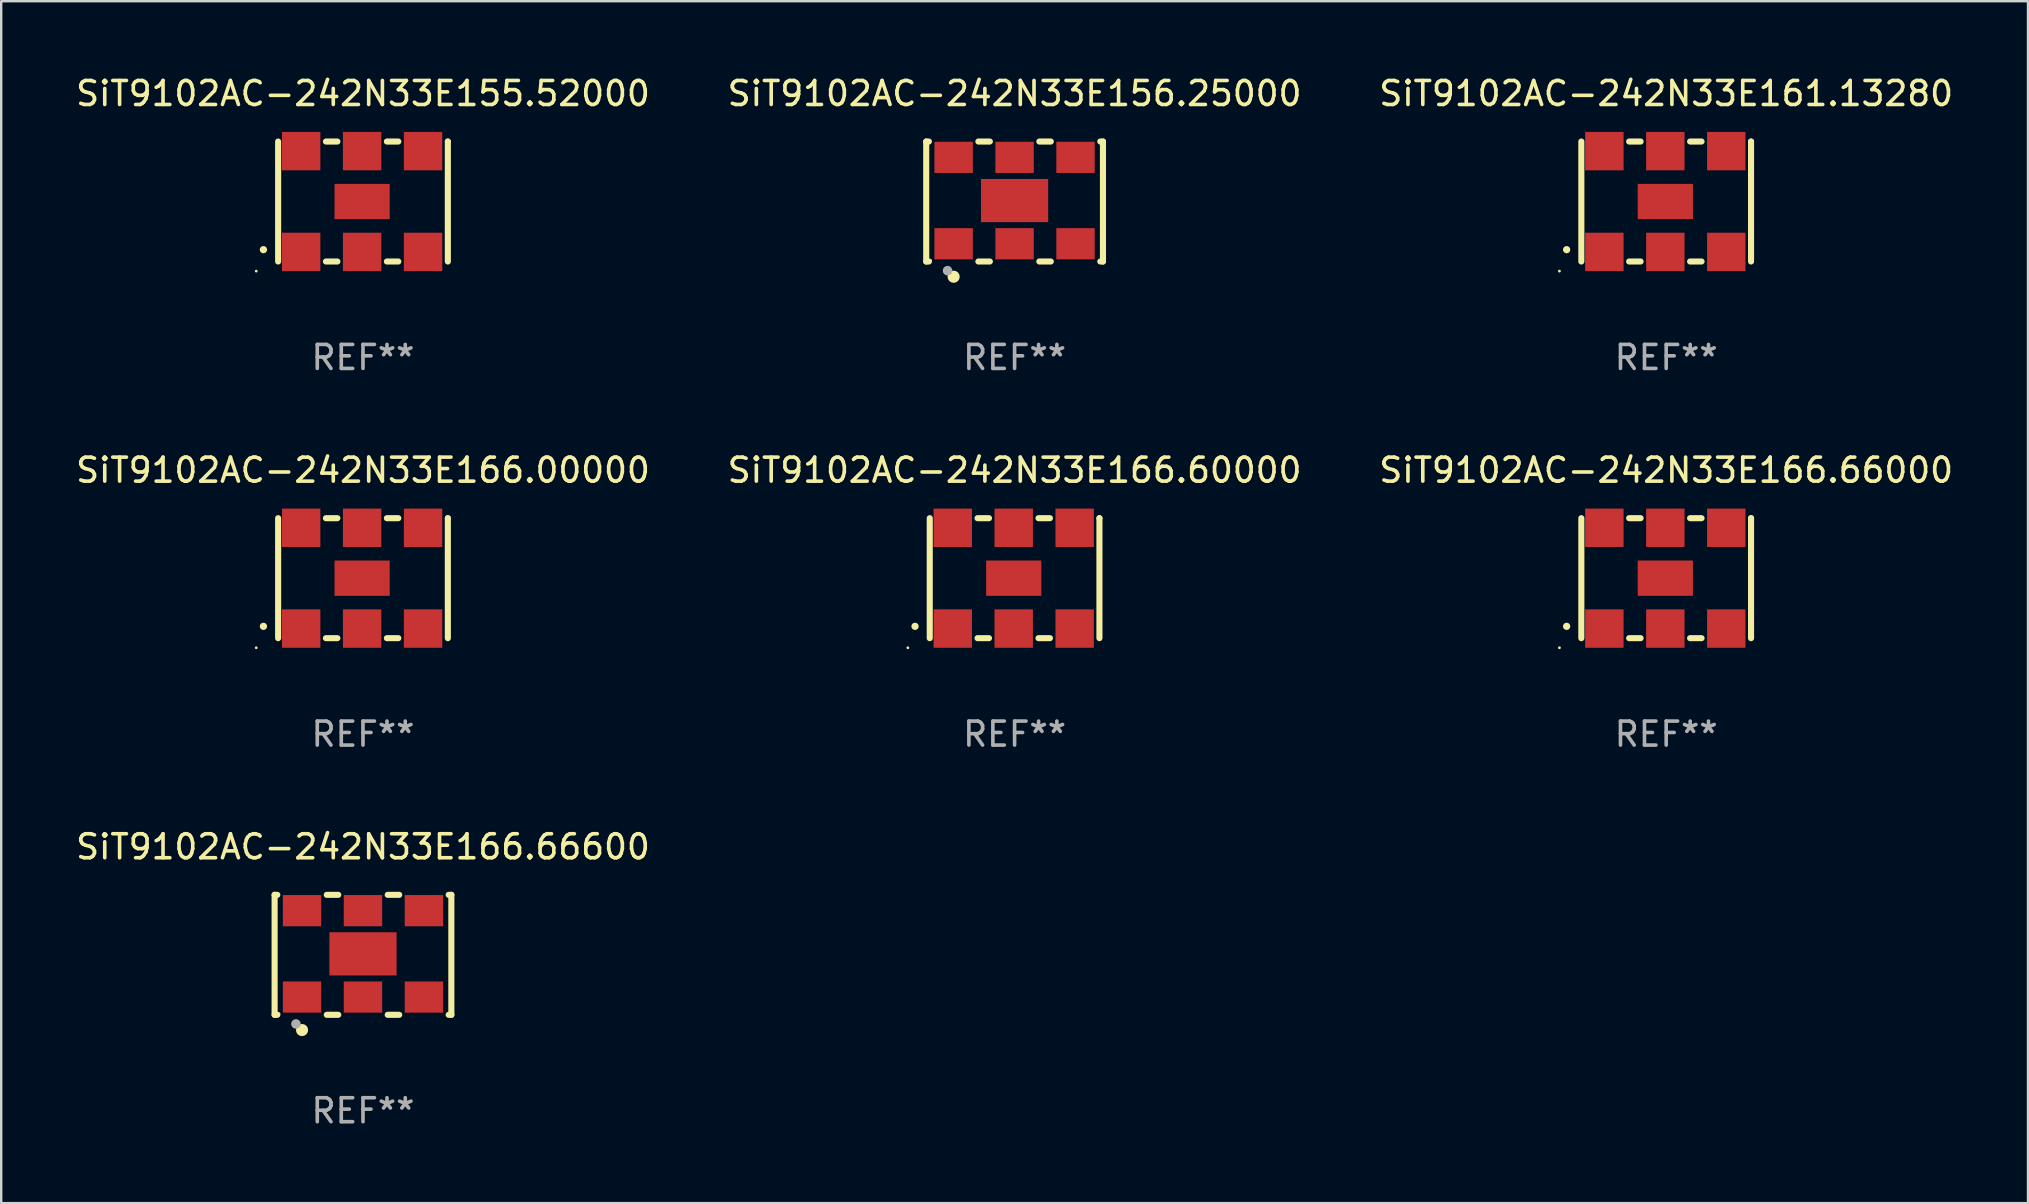
<source format=kicad_pcb>
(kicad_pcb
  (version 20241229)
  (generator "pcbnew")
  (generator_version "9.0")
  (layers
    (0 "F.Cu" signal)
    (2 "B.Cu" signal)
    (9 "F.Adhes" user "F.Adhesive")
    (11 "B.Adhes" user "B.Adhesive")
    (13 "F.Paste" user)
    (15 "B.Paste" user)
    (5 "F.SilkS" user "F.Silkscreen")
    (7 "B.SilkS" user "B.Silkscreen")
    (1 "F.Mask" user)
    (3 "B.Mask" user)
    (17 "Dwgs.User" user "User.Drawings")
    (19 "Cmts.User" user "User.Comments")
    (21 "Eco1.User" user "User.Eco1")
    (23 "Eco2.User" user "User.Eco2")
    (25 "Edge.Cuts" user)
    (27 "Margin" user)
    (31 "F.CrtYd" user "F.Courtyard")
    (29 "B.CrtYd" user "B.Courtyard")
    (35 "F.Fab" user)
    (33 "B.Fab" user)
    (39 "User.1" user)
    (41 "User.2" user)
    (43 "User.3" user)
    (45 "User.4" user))
  (footprint "SiT9102AC-242N33E156.25000"
    (layer "F.Cu")
    (at 39.232 5.348)
    (property "Reference" "SiT9102AC-242N33E156.25000" (at 0 -4.5 0) (layer "F.SilkS") (effects (font (size 1 1) (thickness 0.15))))
    (attr through_hole)
    (fp_line (start -3.683 -2.5) (end -3.571 -2.5) (stroke (width 0.254) (type solid)) (layer "F.SilkS"))
    (fp_line (start -3.683 2.5) (end -3.683 -2.5) (stroke (width 0.254) (type solid)) (layer "F.SilkS"))
    (fp_line (start -3.683 2.5) (end -3.571 2.5) (stroke (width 0.254) (type solid)) (layer "F.SilkS"))
    (fp_line (start -1.509 -2.5) (end -1.031 -2.5) (stroke (width 0.254) (type solid)) (layer "F.SilkS"))
    (fp_line (start -1.509 2.5) (end -1.031 2.5) (stroke (width 0.254) (type solid)) (layer "F.SilkS"))
    (fp_line (start 1.031 -2.5) (end 1.509 -2.5) (stroke (width 0.254) (type solid)) (layer "F.SilkS"))
    (fp_line (start 1.031 2.5) (end 1.509 2.5) (stroke (width 0.254) (type solid)) (layer "F.SilkS"))
    (fp_line (start 3.571 -2.5) (end 3.683 -2.5) (stroke (width 0.254) (type solid)) (layer "F.SilkS"))
    (fp_line (start 3.571 2.5) (end 3.683 2.5) (stroke (width 0.254) (type solid)) (layer "F.SilkS"))
    (fp_line (start 3.683 2.5) (end 3.683 -2.5) (stroke (width 0.254) (type solid)) (layer "F.SilkS"))
    (fp_circle (center -3.5 2.46) (end -3.47 2.46) (stroke (width 0.06) (type solid)) (fill no) (layer "F.SilkS"))
    (fp_circle (center -2.54 3.135) (end -2.413 3.135) (stroke (width 0.254) (type solid)) (fill no) (layer "F.SilkS"))
    (fp_circle (center -2.794 2.881) (end -2.694 2.881) (stroke (width 0.2) (type solid)) (fill no) (layer "F.Fab"))
    (fp_text user "REF**" (at 0 6.5 0) (layer "F.Fab") (effects (font (size 1 1) (thickness 0.15))))
    (pad "1" smd rect (at -2.54 1.76) (size 1.6 1.3) (layers "F.Cu" "F.Mask" "F.Paste"))
    (pad "2" smd rect (at 0 1.76) (size 1.6 1.3) (layers "F.Cu" "F.Mask" "F.Paste"))
    (pad "3" smd rect (at 2.54 1.76) (size 1.6 1.3) (layers "F.Cu" "F.Mask" "F.Paste"))
    (pad "4" smd rect (at 2.54 -1.84) (size 1.6 1.3) (layers "F.Cu" "F.Mask" "F.Paste"))
    (pad "5" smd rect (at 0 -1.84) (size 1.6 1.3) (layers "F.Cu" "F.Mask" "F.Paste"))
    (pad "6" smd rect (at -2.54 -1.84) (size 1.6 1.3) (layers "F.Cu" "F.Mask" "F.Paste"))
    (pad "7" smd rect (at 0 -0.04) (size 2.8 1.8) (layers "F.Cu" "F.Mask" "F.Paste")))
  (footprint "SiT9102AC-242N33E166.00000"
    (layer "F.Cu")
    (at 12.077 21.045)
    (property "Reference" "SiT9102AC-242N33E166.00000" (at 0 -4.5 0) (layer "F.SilkS") (effects (font (size 1 1) (thickness 0.15))))
    (attr through_hole)
    (fp_line (start -3.536 -2.5) (end -3.536 2.5) (stroke (width 0.254) (type solid)) (layer "F.SilkS"))
    (fp_line (start -1.544 2.5) (end -1.067 2.5) (stroke (width 0.254) (type solid)) (layer "F.SilkS"))
    (fp_line (start -1.067 -2.5) (end -1.544 -2.5) (stroke (width 0.254) (type solid)) (layer "F.SilkS"))
    (fp_line (start 0.996 2.5) (end 1.473 2.5) (stroke (width 0.254) (type solid)) (layer "F.SilkS"))
    (fp_line (start 1.473 -2.5) (end 0.996 -2.5) (stroke (width 0.254) (type solid)) (layer "F.SilkS"))
    (fp_line (start 3.536 -2.5) (end 3.536 -2.5) (stroke (width 0.254) (type solid)) (layer "F.SilkS"))
    (fp_line (start 3.536 2.5) (end 3.536 -2.5) (stroke (width 0.254) (type solid)) (layer "F.SilkS"))
    (fp_arc (start -4.150432 2.006604) (mid -4.149162 2.006599) (end -4.147892 2.006604) (stroke (width 0.3) (type solid)) (layer "F.SilkS"))
    (fp_circle (center -4.449 2.9) (end -4.419 2.9) (stroke (width 0.06) (type solid)) (fill no) (layer "F.SilkS"))
    (fp_text user "REF**" (at 0 6.5 0) (layer "F.Fab") (effects (font (size 1 1) (thickness 0.15))))
    (pad "1" smd rect (at -2.576 2.1) (size 1.6 1.6) (layers "F.Cu" "F.Mask" "F.Paste"))
    (pad "2" smd rect (at -0.036 2.1) (size 1.6 1.6) (layers "F.Cu" "F.Mask" "F.Paste"))
    (pad "3" smd rect (at 2.504 2.1) (size 1.6 1.6) (layers "F.Cu" "F.Mask" "F.Paste"))
    (pad "4" smd rect (at 2.504 -2.1) (size 1.6 1.6) (layers "F.Cu" "F.Mask" "F.Paste"))
    (pad "5" smd rect (at -0.036 -2.1) (size 1.6 1.6) (layers "F.Cu" "F.Mask" "F.Paste"))
    (pad "6" smd rect (at -2.576 -2.1) (size 1.6 1.6) (layers "F.Cu" "F.Mask" "F.Paste"))
    (pad "7" smd rect (at -0.036 0) (size 2.3 1.47) (layers "F.Cu" "F.Mask" "F.Paste")))
  (footprint "SiT9102AC-242N33E161.13280"
    (layer "F.Cu")
    (at 66.387 5.348)
    (property "Reference" "SiT9102AC-242N33E161.13280" (at 0 -4.5 0) (layer "F.SilkS") (effects (font (size 1 1) (thickness 0.15))))
    (attr through_hole)
    (fp_line (start -3.536 -2.5) (end -3.536 2.5) (stroke (width 0.254) (type solid)) (layer "F.SilkS"))
    (fp_line (start -1.544 2.5) (end -1.067 2.5) (stroke (width 0.254) (type solid)) (layer "F.SilkS"))
    (fp_line (start -1.067 -2.5) (end -1.544 -2.5) (stroke (width 0.254) (type solid)) (layer "F.SilkS"))
    (fp_line (start 0.996 2.5) (end 1.473 2.5) (stroke (width 0.254) (type solid)) (layer "F.SilkS"))
    (fp_line (start 1.473 -2.5) (end 0.996 -2.5) (stroke (width 0.254) (type solid)) (layer "F.SilkS"))
    (fp_line (start 3.536 -2.5) (end 3.536 -2.5) (stroke (width 0.254) (type solid)) (layer "F.SilkS"))
    (fp_line (start 3.536 2.5) (end 3.536 -2.5) (stroke (width 0.254) (type solid)) (layer "F.SilkS"))
    (fp_arc (start -4.150432 2.006604) (mid -4.149162 2.006599) (end -4.147892 2.006604) (stroke (width 0.3) (type solid)) (layer "F.SilkS"))
    (fp_circle (center -4.449 2.9) (end -4.419 2.9) (stroke (width 0.06) (type solid)) (fill no) (layer "F.SilkS"))
    (fp_text user "REF**" (at 0 6.5 0) (layer "F.Fab") (effects (font (size 1 1) (thickness 0.15))))
    (pad "1" smd rect (at -2.576 2.1) (size 1.6 1.6) (layers "F.Cu" "F.Mask" "F.Paste"))
    (pad "2" smd rect (at -0.036 2.1) (size 1.6 1.6) (layers "F.Cu" "F.Mask" "F.Paste"))
    (pad "3" smd rect (at 2.504 2.1) (size 1.6 1.6) (layers "F.Cu" "F.Mask" "F.Paste"))
    (pad "4" smd rect (at 2.504 -2.1) (size 1.6 1.6) (layers "F.Cu" "F.Mask" "F.Paste"))
    (pad "5" smd rect (at -0.036 -2.1) (size 1.6 1.6) (layers "F.Cu" "F.Mask" "F.Paste"))
    (pad "6" smd rect (at -2.576 -2.1) (size 1.6 1.6) (layers "F.Cu" "F.Mask" "F.Paste"))
    (pad "7" smd rect (at -0.036 0) (size 2.3 1.47) (layers "F.Cu" "F.Mask" "F.Paste")))
  (footprint "SiT9102AC-242N33E166.60000"
    (layer "F.Cu")
    (at 39.232 21.045)
    (property "Reference" "SiT9102AC-242N33E166.60000" (at 0 -4.5 0) (layer "F.SilkS") (effects (font (size 1 1) (thickness 0.15))))
    (attr through_hole)
    (fp_line (start -3.536 -2.5) (end -3.536 2.5) (stroke (width 0.254) (type solid)) (layer "F.SilkS"))
    (fp_line (start -1.544 2.5) (end -1.067 2.5) (stroke (width 0.254) (type solid)) (layer "F.SilkS"))
    (fp_line (start -1.067 -2.5) (end -1.544 -2.5) (stroke (width 0.254) (type solid)) (layer "F.SilkS"))
    (fp_line (start 0.996 2.5) (end 1.473 2.5) (stroke (width 0.254) (type solid)) (layer "F.SilkS"))
    (fp_line (start 1.473 -2.5) (end 0.996 -2.5) (stroke (width 0.254) (type solid)) (layer "F.SilkS"))
    (fp_line (start 3.536 -2.5) (end 3.536 -2.5) (stroke (width 0.254) (type solid)) (layer "F.SilkS"))
    (fp_line (start 3.536 2.5) (end 3.536 -2.5) (stroke (width 0.254) (type solid)) (layer "F.SilkS"))
    (fp_arc (start -4.150432 2.006604) (mid -4.149162 2.006599) (end -4.147892 2.006604) (stroke (width 0.3) (type solid)) (layer "F.SilkS"))
    (fp_circle (center -4.449 2.9) (end -4.419 2.9) (stroke (width 0.06) (type solid)) (fill no) (layer "F.SilkS"))
    (fp_text user "REF**" (at 0 6.5 0) (layer "F.Fab") (effects (font (size 1 1) (thickness 0.15))))
    (pad "1" smd rect (at -2.576 2.1) (size 1.6 1.6) (layers "F.Cu" "F.Mask" "F.Paste"))
    (pad "2" smd rect (at -0.036 2.1) (size 1.6 1.6) (layers "F.Cu" "F.Mask" "F.Paste"))
    (pad "3" smd rect (at 2.504 2.1) (size 1.6 1.6) (layers "F.Cu" "F.Mask" "F.Paste"))
    (pad "4" smd rect (at 2.504 -2.1) (size 1.6 1.6) (layers "F.Cu" "F.Mask" "F.Paste"))
    (pad "5" smd rect (at -0.036 -2.1) (size 1.6 1.6) (layers "F.Cu" "F.Mask" "F.Paste"))
    (pad "6" smd rect (at -2.576 -2.1) (size 1.6 1.6) (layers "F.Cu" "F.Mask" "F.Paste"))
    (pad "7" smd rect (at -0.036 0) (size 2.3 1.47) (layers "F.Cu" "F.Mask" "F.Paste")))
  (footprint "SiT9102AC-242N33E155.52000"
    (layer "F.Cu")
    (at 12.077 5.348)
    (property "Reference" "SiT9102AC-242N33E155.52000" (at 0 -4.5 0) (layer "F.SilkS") (effects (font (size 1 1) (thickness 0.15))))
    (attr through_hole)
    (fp_line (start -3.536 -2.5) (end -3.536 2.5) (stroke (width 0.254) (type solid)) (layer "F.SilkS"))
    (fp_line (start -1.544 2.5) (end -1.067 2.5) (stroke (width 0.254) (type solid)) (layer "F.SilkS"))
    (fp_line (start -1.067 -2.5) (end -1.544 -2.5) (stroke (width 0.254) (type solid)) (layer "F.SilkS"))
    (fp_line (start 0.996 2.5) (end 1.473 2.5) (stroke (width 0.254) (type solid)) (layer "F.SilkS"))
    (fp_line (start 1.473 -2.5) (end 0.996 -2.5) (stroke (width 0.254) (type solid)) (layer "F.SilkS"))
    (fp_line (start 3.536 -2.5) (end 3.536 -2.5) (stroke (width 0.254) (type solid)) (layer "F.SilkS"))
    (fp_line (start 3.536 2.5) (end 3.536 -2.5) (stroke (width 0.254) (type solid)) (layer "F.SilkS"))
    (fp_arc (start -4.150432 2.006604) (mid -4.149162 2.006599) (end -4.147892 2.006604) (stroke (width 0.3) (type solid)) (layer "F.SilkS"))
    (fp_circle (center -4.449 2.9) (end -4.419 2.9) (stroke (width 0.06) (type solid)) (fill no) (layer "F.SilkS"))
    (fp_text user "REF**" (at 0 6.5 0) (layer "F.Fab") (effects (font (size 1 1) (thickness 0.15))))
    (pad "1" smd rect (at -2.576 2.1) (size 1.6 1.6) (layers "F.Cu" "F.Mask" "F.Paste"))
    (pad "2" smd rect (at -0.036 2.1) (size 1.6 1.6) (layers "F.Cu" "F.Mask" "F.Paste"))
    (pad "3" smd rect (at 2.504 2.1) (size 1.6 1.6) (layers "F.Cu" "F.Mask" "F.Paste"))
    (pad "4" smd rect (at 2.504 -2.1) (size 1.6 1.6) (layers "F.Cu" "F.Mask" "F.Paste"))
    (pad "5" smd rect (at -0.036 -2.1) (size 1.6 1.6) (layers "F.Cu" "F.Mask" "F.Paste"))
    (pad "6" smd rect (at -2.576 -2.1) (size 1.6 1.6) (layers "F.Cu" "F.Mask" "F.Paste"))
    (pad "7" smd rect (at -0.036 0) (size 2.3 1.47) (layers "F.Cu" "F.Mask" "F.Paste")))
  (footprint "SiT9102AC-242N33E166.66000"
    (layer "F.Cu")
    (at 66.387 21.045)
    (property "Reference" "SiT9102AC-242N33E166.66000" (at 0 -4.5 0) (layer "F.SilkS") (effects (font (size 1 1) (thickness 0.15))))
    (attr through_hole)
    (fp_line (start -3.536 -2.5) (end -3.536 2.5) (stroke (width 0.254) (type solid)) (layer "F.SilkS"))
    (fp_line (start -1.544 2.5) (end -1.067 2.5) (stroke (width 0.254) (type solid)) (layer "F.SilkS"))
    (fp_line (start -1.067 -2.5) (end -1.544 -2.5) (stroke (width 0.254) (type solid)) (layer "F.SilkS"))
    (fp_line (start 0.996 2.5) (end 1.473 2.5) (stroke (width 0.254) (type solid)) (layer "F.SilkS"))
    (fp_line (start 1.473 -2.5) (end 0.996 -2.5) (stroke (width 0.254) (type solid)) (layer "F.SilkS"))
    (fp_line (start 3.536 -2.5) (end 3.536 -2.5) (stroke (width 0.254) (type solid)) (layer "F.SilkS"))
    (fp_line (start 3.536 2.5) (end 3.536 -2.5) (stroke (width 0.254) (type solid)) (layer "F.SilkS"))
    (fp_arc (start -4.150432 2.006604) (mid -4.149162 2.006599) (end -4.147892 2.006604) (stroke (width 0.3) (type solid)) (layer "F.SilkS"))
    (fp_circle (center -4.449 2.9) (end -4.419 2.9) (stroke (width 0.06) (type solid)) (fill no) (layer "F.SilkS"))
    (fp_text user "REF**" (at 0 6.5 0) (layer "F.Fab") (effects (font (size 1 1) (thickness 0.15))))
    (pad "1" smd rect (at -2.576 2.1) (size 1.6 1.6) (layers "F.Cu" "F.Mask" "F.Paste"))
    (pad "2" smd rect (at -0.036 2.1) (size 1.6 1.6) (layers "F.Cu" "F.Mask" "F.Paste"))
    (pad "3" smd rect (at 2.504 2.1) (size 1.6 1.6) (layers "F.Cu" "F.Mask" "F.Paste"))
    (pad "4" smd rect (at 2.504 -2.1) (size 1.6 1.6) (layers "F.Cu" "F.Mask" "F.Paste"))
    (pad "5" smd rect (at -0.036 -2.1) (size 1.6 1.6) (layers "F.Cu" "F.Mask" "F.Paste"))
    (pad "6" smd rect (at -2.576 -2.1) (size 1.6 1.6) (layers "F.Cu" "F.Mask" "F.Paste"))
    (pad "7" smd rect (at -0.036 0) (size 2.3 1.47) (layers "F.Cu" "F.Mask" "F.Paste")))
  (footprint "SiT9102AC-242N33E166.66600"
    (layer "F.Cu")
    (at 12.077 36.741)
    (property "Reference" "SiT9102AC-242N33E166.66600" (at 0 -4.5 0) (layer "F.SilkS") (effects (font (size 1 1) (thickness 0.15))))
    (attr through_hole)
    (fp_line (start -3.683 -2.5) (end -3.571 -2.5) (stroke (width 0.254) (type solid)) (layer "F.SilkS"))
    (fp_line (start -3.683 2.5) (end -3.683 -2.5) (stroke (width 0.254) (type solid)) (layer "F.SilkS"))
    (fp_line (start -3.683 2.5) (end -3.571 2.5) (stroke (width 0.254) (type solid)) (layer "F.SilkS"))
    (fp_line (start -1.509 -2.5) (end -1.031 -2.5) (stroke (width 0.254) (type solid)) (layer "F.SilkS"))
    (fp_line (start -1.509 2.5) (end -1.031 2.5) (stroke (width 0.254) (type solid)) (layer "F.SilkS"))
    (fp_line (start 1.031 -2.5) (end 1.509 -2.5) (stroke (width 0.254) (type solid)) (layer "F.SilkS"))
    (fp_line (start 1.031 2.5) (end 1.509 2.5) (stroke (width 0.254) (type solid)) (layer "F.SilkS"))
    (fp_line (start 3.571 -2.5) (end 3.683 -2.5) (stroke (width 0.254) (type solid)) (layer "F.SilkS"))
    (fp_line (start 3.571 2.5) (end 3.683 2.5) (stroke (width 0.254) (type solid)) (layer "F.SilkS"))
    (fp_line (start 3.683 2.5) (end 3.683 -2.5) (stroke (width 0.254) (type solid)) (layer "F.SilkS"))
    (fp_circle (center -3.5 2.46) (end -3.47 2.46) (stroke (width 0.06) (type solid)) (fill no) (layer "F.SilkS"))
    (fp_circle (center -2.54 3.135) (end -2.413 3.135) (stroke (width 0.254) (type solid)) (fill no) (layer "F.SilkS"))
    (fp_circle (center -2.794 2.881) (end -2.694 2.881) (stroke (width 0.2) (type solid)) (fill no) (layer "F.Fab"))
    (fp_text user "REF**" (at 0 6.5 0) (layer "F.Fab") (effects (font (size 1 1) (thickness 0.15))))
    (pad "1" smd rect (at -2.54 1.76) (size 1.6 1.3) (layers "F.Cu" "F.Mask" "F.Paste"))
    (pad "2" smd rect (at 0 1.76) (size 1.6 1.3) (layers "F.Cu" "F.Mask" "F.Paste"))
    (pad "3" smd rect (at 2.54 1.76) (size 1.6 1.3) (layers "F.Cu" "F.Mask" "F.Paste"))
    (pad "4" smd rect (at 2.54 -1.84) (size 1.6 1.3) (layers "F.Cu" "F.Mask" "F.Paste"))
    (pad "5" smd rect (at 0 -1.84) (size 1.6 1.3) (layers "F.Cu" "F.Mask" "F.Paste"))
    (pad "6" smd rect (at -2.54 -1.84) (size 1.6 1.3) (layers "F.Cu" "F.Mask" "F.Paste"))
    (pad "7" smd rect (at 0 -0.04) (size 2.8 1.8) (layers "F.Cu" "F.Mask" "F.Paste")))
  (gr_rect
    (start -3 -3)
    (end 81.464 47.09)
    (stroke (width 0.1) (type default))
    (fill no)
    (layer "Edge.Cuts")))
</source>
